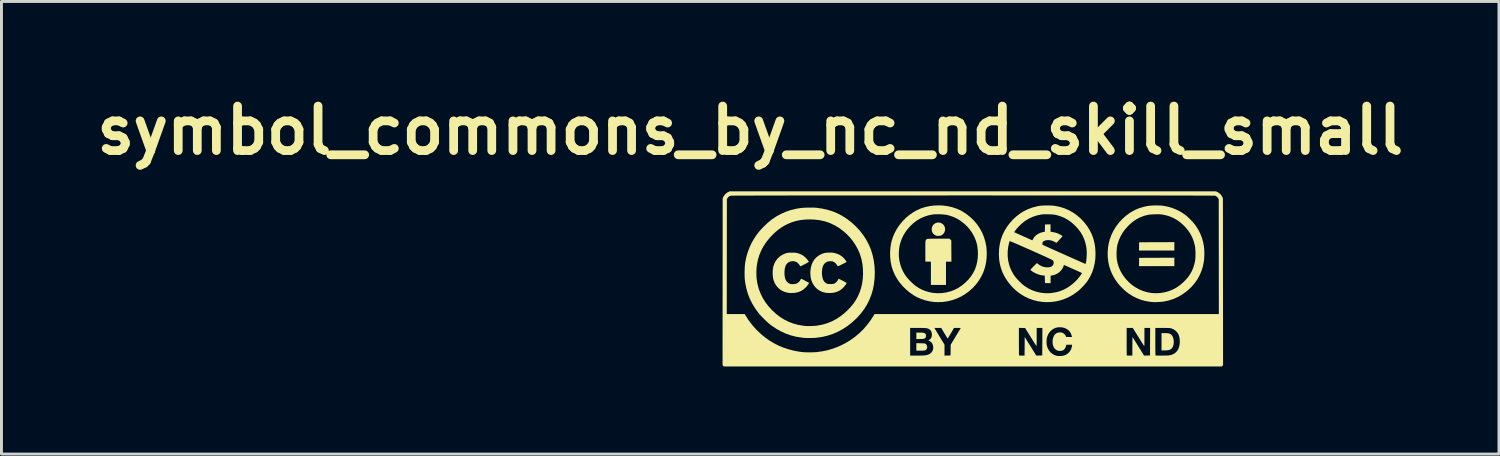
<source format=kicad_pcb>
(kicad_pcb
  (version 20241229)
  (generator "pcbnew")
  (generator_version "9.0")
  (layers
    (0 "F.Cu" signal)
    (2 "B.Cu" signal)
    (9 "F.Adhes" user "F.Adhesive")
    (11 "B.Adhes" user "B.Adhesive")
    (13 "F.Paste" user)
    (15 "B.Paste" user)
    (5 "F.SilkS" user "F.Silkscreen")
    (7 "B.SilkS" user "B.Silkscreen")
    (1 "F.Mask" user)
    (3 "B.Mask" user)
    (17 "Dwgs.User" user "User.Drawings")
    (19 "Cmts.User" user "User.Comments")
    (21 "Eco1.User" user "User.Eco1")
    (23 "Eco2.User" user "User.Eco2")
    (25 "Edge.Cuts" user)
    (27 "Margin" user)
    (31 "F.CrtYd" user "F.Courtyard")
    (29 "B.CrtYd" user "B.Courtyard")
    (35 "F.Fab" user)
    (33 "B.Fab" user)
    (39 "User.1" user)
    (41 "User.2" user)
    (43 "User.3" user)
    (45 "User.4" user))
  (footprint "symbol_commons_by_nc_nd_skill_small"
    (layer "F.Cu")
    (at 30.27 6.498)
    (property "Reference" "symbol_commons_by_nc_nd_skill_small" (at -7.62 -5.08 0) (layer "F.SilkS") (effects (font (size 1.524 1.524) (thickness 0.3))))
    (attr board_only exclude_from_pos_files exclude_from_bom)
    (fp_poly (pts (xy 6.909 -0.965) (xy 5.698 -0.965) (xy 5.7 -1.107) (xy 5.702 -1.249) (xy 6.909 -1.253)) (stroke (width 0) (type solid)) (fill yes) (layer "F.SilkS"))
    (fp_poly (pts (xy 6.909 -0.432) (xy 5.698 -0.432) (xy 5.7 -0.574) (xy 5.702 -0.715) (xy 6.909 -0.72)) (stroke (width 0) (type solid)) (fill yes) (layer "F.SilkS"))
    (fp_poly (pts (xy -1.81 1.846) (xy -1.759 1.846) (xy -1.721 1.848) (xy -1.694 1.851) (xy -1.673 1.855) (xy -1.656 1.861) (xy -1.654 1.862) (xy -1.626 1.878) (xy -1.609 1.899) (xy -1.602 1.927) (xy -1.6 1.956) (xy -1.603 1.99) (xy -1.612 2.017) (xy -1.63 2.037) (xy -1.658 2.051) (xy -1.697 2.06) (xy -1.75 2.065) (xy -1.812 2.066) (xy -1.93 2.066) (xy -1.93 1.846)) (stroke (width 0) (type solid)) (fill yes) (layer "F.SilkS"))
    (fp_poly (pts (xy -1.783 2.211) (xy -1.729 2.212) (xy -1.689 2.214) (xy -1.66 2.216) (xy -1.64 2.219) (xy -1.626 2.223) (xy -1.616 2.229) (xy -1.611 2.232) (xy -1.582 2.262) (xy -1.564 2.299) (xy -1.558 2.339) (xy -1.563 2.379) (xy -1.579 2.414) (xy -1.607 2.441) (xy -1.616 2.446) (xy -1.631 2.453) (xy -1.646 2.458) (xy -1.667 2.461) (xy -1.694 2.463) (xy -1.732 2.464) (xy -1.783 2.464) (xy -1.79 2.464) (xy -1.93 2.464) (xy -1.93 2.208)) (stroke (width 0) (type solid)) (fill yes) (layer "F.SilkS"))
    (fp_poly (pts (xy 6.642 1.864) (xy 6.694 1.869) (xy 6.735 1.878) (xy 6.768 1.892) (xy 6.797 1.911) (xy 6.8 1.913) (xy 6.833 1.95) (xy 6.859 2) (xy 6.877 2.058) (xy 6.887 2.121) (xy 6.889 2.186) (xy 6.882 2.249) (xy 6.866 2.307) (xy 6.852 2.339) (xy 6.827 2.378) (xy 6.797 2.408) (xy 6.761 2.43) (xy 6.717 2.444) (xy 6.661 2.452) (xy 6.591 2.455) (xy 6.577 2.455) (xy 6.469 2.455) (xy 6.469 1.863) (xy 6.577 1.863)) (stroke (width 0) (type solid)) (fill yes) (layer "F.SilkS"))
    (fp_poly (pts (xy -1.117 -1.919) (xy -1.073 -1.902) (xy -1.02 -1.868) (xy -0.981 -1.824) (xy -0.956 -1.771) (xy -0.945 -1.709) (xy -0.945 -1.698) (xy -0.952 -1.635) (xy -0.974 -1.579) (xy -1.01 -1.531) (xy -1.058 -1.493) (xy -1.074 -1.485) (xy -1.107 -1.474) (xy -1.149 -1.468) (xy -1.194 -1.467) (xy -1.235 -1.471) (xy -1.255 -1.476) (xy -1.309 -1.505) (xy -1.353 -1.545) (xy -1.384 -1.595) (xy -1.401 -1.653) (xy -1.403 -1.714) (xy -1.391 -1.773) (xy -1.365 -1.825) (xy -1.328 -1.868) (xy -1.283 -1.899) (xy -1.231 -1.919) (xy -1.175 -1.926)) (stroke (width 0) (type solid)) (fill yes) (layer "F.SilkS"))
    (fp_poly (pts (xy -1.169 -1.372) (xy -0.796 -1.372) (xy -0.764 -1.343) (xy -0.732 -1.314) (xy -0.728 -0.584) (xy -0.914 -0.584) (xy -0.914 0.212) (xy -1.431 0.212) (xy -1.431 -0.584) (xy -1.621 -0.588) (xy -1.621 -0.94) (xy -1.621 -1.027) (xy -1.621 -1.099) (xy -1.621 -1.157) (xy -1.62 -1.203) (xy -1.619 -1.239) (xy -1.618 -1.266) (xy -1.616 -1.285) (xy -1.613 -1.3) (xy -1.61 -1.31) (xy -1.607 -1.318) (xy -1.606 -1.319) (xy -1.6 -1.331) (xy -1.593 -1.341) (xy -1.584 -1.349) (xy -1.572 -1.356) (xy -1.556 -1.361) (xy -1.533 -1.365) (xy -1.502 -1.368) (xy -1.463 -1.37) (xy -1.412 -1.371) (xy -1.35 -1.371) (xy -1.273 -1.372) (xy -1.182 -1.372)) (stroke (width 0) (type solid)) (fill yes) (layer "F.SilkS"))
    (fp_poly (pts (xy -6.138 -0.893) (xy -6.096 -0.891) (xy -6.062 -0.889) (xy -6.034 -0.884) (xy -6.006 -0.878) (xy -5.99 -0.874) (xy -5.896 -0.84) (xy -5.815 -0.797) (xy -5.744 -0.742) (xy -5.74 -0.738) (xy -5.711 -0.71) (xy -5.682 -0.677) (xy -5.655 -0.644) (xy -5.633 -0.615) (xy -5.618 -0.591) (xy -5.613 -0.576) (xy -5.62 -0.571) (xy -5.64 -0.559) (xy -5.669 -0.543) (xy -5.704 -0.523) (xy -5.743 -0.503) (xy -5.784 -0.482) (xy -5.823 -0.462) (xy -5.857 -0.445) (xy -5.884 -0.433) (xy -5.901 -0.426) (xy -5.905 -0.425) (xy -5.91 -0.433) (xy -5.921 -0.451) (xy -5.935 -0.472) (xy -5.978 -0.527) (xy -6.029 -0.567) (xy -6.088 -0.592) (xy -6.152 -0.602) (xy -6.222 -0.596) (xy -6.257 -0.588) (xy -6.303 -0.566) (xy -6.347 -0.531) (xy -6.385 -0.486) (xy -6.412 -0.436) (xy -6.416 -0.423) (xy -6.436 -0.347) (xy -6.446 -0.263) (xy -6.448 -0.174) (xy -6.441 -0.089) (xy -6.425 -0.011) (xy -6.423 -0.004) (xy -6.397 0.056) (xy -6.36 0.107) (xy -6.314 0.147) (xy -6.261 0.174) (xy -6.249 0.178) (xy -6.205 0.185) (xy -6.154 0.186) (xy -6.101 0.182) (xy -6.054 0.173) (xy -6.041 0.169) (xy -5.996 0.145) (xy -5.953 0.11) (xy -5.917 0.068) (xy -5.898 0.035) (xy -5.886 0.014) (xy -5.875 0.003) (xy -5.872 0.002) (xy -5.86 0.007) (xy -5.836 0.018) (xy -5.805 0.034) (xy -5.769 0.053) (xy -5.73 0.074) (xy -5.692 0.094) (xy -5.658 0.113) (xy -5.63 0.129) (xy -5.611 0.14) (xy -5.605 0.145) (xy -5.61 0.158) (xy -5.624 0.181) (xy -5.645 0.209) (xy -5.669 0.241) (xy -5.695 0.273) (xy -5.721 0.301) (xy -5.733 0.313) (xy -5.809 0.378) (xy -5.893 0.427) (xy -5.984 0.462) (xy -6.084 0.483) (xy -6.193 0.49) (xy -6.198 0.49) (xy -6.242 0.489) (xy -6.288 0.485) (xy -6.328 0.48) (xy -6.337 0.479) (xy -6.437 0.453) (xy -6.527 0.414) (xy -6.608 0.361) (xy -6.663 0.313) (xy -6.727 0.239) (xy -6.779 0.154) (xy -6.817 0.06) (xy -6.833 0.002) (xy -6.845 -0.067) (xy -6.851 -0.146) (xy -6.851 -0.228) (xy -6.847 -0.308) (xy -6.837 -0.381) (xy -6.827 -0.426) (xy -6.792 -0.525) (xy -6.743 -0.614) (xy -6.681 -0.694) (xy -6.607 -0.762) (xy -6.521 -0.819) (xy -6.425 -0.862) (xy -6.392 -0.873) (xy -6.366 -0.881) (xy -6.34 -0.887) (xy -6.313 -0.89) (xy -6.279 -0.892) (xy -6.236 -0.893) (xy -6.193 -0.893)) (stroke (width 0) (type solid)) (fill yes) (layer "F.SilkS"))
    (fp_poly (pts (xy -4.834 -0.895) (xy -4.795 -0.892) (xy -4.755 -0.885) (xy -4.741 -0.882) (xy -4.642 -0.855) (xy -4.553 -0.814) (xy -4.474 -0.762) (xy -4.407 -0.698) (xy -4.388 -0.675) (xy -4.359 -0.636) (xy -4.336 -0.605) (xy -4.323 -0.583) (xy -4.319 -0.572) (xy -4.319 -0.572) (xy -4.328 -0.567) (xy -4.348 -0.557) (xy -4.38 -0.541) (xy -4.419 -0.521) (xy -4.464 -0.498) (xy -4.47 -0.495) (xy -4.521 -0.47) (xy -4.56 -0.451) (xy -4.587 -0.439) (xy -4.605 -0.432) (xy -4.617 -0.43) (xy -4.623 -0.432) (xy -4.627 -0.436) (xy -4.667 -0.496) (xy -4.707 -0.541) (xy -4.75 -0.573) (xy -4.796 -0.593) (xy -4.799 -0.593) (xy -4.839 -0.599) (xy -4.887 -0.6) (xy -4.937 -0.594) (xy -4.981 -0.584) (xy -4.996 -0.578) (xy -5.044 -0.548) (xy -5.087 -0.506) (xy -5.117 -0.459) (xy -5.14 -0.401) (xy -5.155 -0.331) (xy -5.163 -0.255) (xy -5.164 -0.177) (xy -5.157 -0.1) (xy -5.144 -0.028) (xy -5.123 0.033) (xy -5.118 0.045) (xy -5.089 0.092) (xy -5.056 0.128) (xy -5.012 0.157) (xy -5.008 0.16) (xy -4.988 0.169) (xy -4.97 0.176) (xy -4.948 0.18) (xy -4.92 0.181) (xy -4.88 0.182) (xy -4.868 0.182) (xy -4.826 0.182) (xy -4.795 0.18) (xy -4.773 0.177) (xy -4.755 0.172) (xy -4.736 0.163) (xy -4.726 0.157) (xy -4.675 0.12) (xy -4.632 0.071) (xy -4.61 0.034) (xy -4.6 0.014) (xy -4.593 0.002) (xy -4.593 0.001) (xy -4.584 0.003) (xy -4.564 0.012) (xy -4.535 0.027) (xy -4.499 0.045) (xy -4.461 0.065) (xy -4.422 0.086) (xy -4.385 0.107) (xy -4.354 0.125) (xy -4.331 0.139) (xy -4.319 0.147) (xy -4.318 0.149) (xy -4.323 0.163) (xy -4.338 0.187) (xy -4.359 0.217) (xy -4.385 0.25) (xy -4.413 0.282) (xy -4.44 0.311) (xy -4.456 0.327) (xy -4.523 0.381) (xy -4.591 0.423) (xy -4.666 0.454) (xy -4.751 0.476) (xy -4.765 0.479) (xy -4.828 0.487) (xy -4.899 0.49) (xy -4.971 0.487) (xy -5.037 0.48) (xy -5.043 0.479) (xy -5.137 0.456) (xy -5.22 0.422) (xy -5.295 0.376) (xy -5.366 0.316) (xy -5.372 0.309) (xy -5.437 0.233) (xy -5.488 0.146) (xy -5.527 0.05) (xy -5.551 -0.054) (xy -5.561 -0.167) (xy -5.56 -0.257) (xy -5.545 -0.371) (xy -5.518 -0.476) (xy -5.478 -0.571) (xy -5.425 -0.655) (xy -5.359 -0.728) (xy -5.282 -0.789) (xy -5.211 -0.83) (xy -5.158 -0.854) (xy -5.108 -0.872) (xy -5.057 -0.884) (xy -4.999 -0.891) (xy -4.932 -0.895) (xy -4.877 -0.896)) (stroke (width 0) (type solid)) (fill yes) (layer "F.SilkS"))
    (fp_poly (pts (xy -1.001 -2.505) (xy -0.845 -2.483) (xy -0.694 -2.448) (xy -0.548 -2.399) (xy -0.409 -2.337) (xy -0.333 -2.294) (xy -0.192 -2.2) (xy -0.063 -2.095) (xy 0.054 -1.979) (xy 0.158 -1.854) (xy 0.249 -1.719) (xy 0.325 -1.577) (xy 0.387 -1.427) (xy 0.434 -1.271) (xy 0.466 -1.109) (xy 0.474 -1.043) (xy 0.483 -0.87) (xy 0.477 -0.701) (xy 0.456 -0.537) (xy 0.419 -0.379) (xy 0.367 -0.226) (xy 0.299 -0.081) (xy 0.217 0.057) (xy 0.121 0.186) (xy 0.117 0.191) (xy 0.002 0.316) (xy -0.123 0.429) (xy -0.257 0.527) (xy -0.399 0.611) (xy -0.547 0.68) (xy -0.701 0.734) (xy -0.86 0.773) (xy -1.024 0.796) (xy -1.19 0.802) (xy -1.329 0.796) (xy -1.478 0.775) (xy -1.626 0.74) (xy -1.769 0.692) (xy -1.905 0.633) (xy -2.014 0.572) (xy -2.151 0.478) (xy -2.278 0.373) (xy -2.394 0.258) (xy -2.498 0.135) (xy -2.589 0.004) (xy -2.667 -0.133) (xy -2.729 -0.275) (xy -2.776 -0.421) (xy -2.78 -0.436) (xy -2.81 -0.585) (xy -2.826 -0.741) (xy -2.829 -0.9) (xy -2.828 -0.912) (xy -2.53 -0.912) (xy -2.529 -0.769) (xy -2.512 -0.626) (xy -2.479 -0.486) (xy -2.432 -0.35) (xy -2.39 -0.261) (xy -2.349 -0.184) (xy -2.304 -0.114) (xy -2.253 -0.047) (xy -2.194 0.022) (xy -2.125 0.094) (xy -2.032 0.182) (xy -1.939 0.256) (xy -1.845 0.318) (xy -1.745 0.371) (xy -1.636 0.416) (xy -1.634 0.417) (xy -1.504 0.457) (xy -1.366 0.484) (xy -1.225 0.496) (xy -1.083 0.494) (xy -1.046 0.491) (xy -0.897 0.469) (xy -0.755 0.432) (xy -0.621 0.381) (xy -0.492 0.313) (xy -0.369 0.23) (xy -0.271 0.151) (xy -0.161 0.044) (xy -0.066 -0.069) (xy 0.012 -0.188) (xy 0.076 -0.314) (xy 0.124 -0.447) (xy 0.157 -0.587) (xy 0.175 -0.736) (xy 0.179 -0.847) (xy 0.175 -0.977) (xy 0.162 -1.096) (xy 0.139 -1.208) (xy 0.106 -1.315) (xy 0.061 -1.422) (xy 0.051 -1.444) (xy -0.02 -1.574) (xy -0.103 -1.692) (xy -0.199 -1.801) (xy -0.273 -1.871) (xy -0.392 -1.967) (xy -0.516 -2.047) (xy -0.645 -2.111) (xy -0.781 -2.159) (xy -0.881 -2.185) (xy -0.935 -2.194) (xy -1.001 -2.201) (xy -1.074 -2.206) (xy -1.151 -2.209) (xy -1.226 -2.209) (xy -1.295 -2.207) (xy -1.353 -2.203) (xy -1.36 -2.202) (xy -1.504 -2.174) (xy -1.644 -2.131) (xy -1.777 -2.072) (xy -1.904 -1.999) (xy -2.022 -1.911) (xy -2.133 -1.809) (xy -2.235 -1.694) (xy -2.31 -1.59) (xy -2.384 -1.465) (xy -2.443 -1.333) (xy -2.488 -1.196) (xy -2.516 -1.055) (xy -2.53 -0.912) (xy -2.828 -0.912) (xy -2.819 -1.058) (xy -2.795 -1.21) (xy -2.781 -1.273) (xy -2.735 -1.423) (xy -2.673 -1.568) (xy -2.597 -1.708) (xy -2.507 -1.841) (xy -2.405 -1.966) (xy -2.292 -2.081) (xy -2.168 -2.185) (xy -2.036 -2.277) (xy -1.909 -2.348) (xy -1.77 -2.409) (xy -1.623 -2.456) (xy -1.471 -2.489) (xy -1.315 -2.508) (xy -1.158 -2.513)) (stroke (width 0) (type solid)) (fill yes) (layer "F.SilkS"))
    (fp_poly (pts (xy 6.363 -2.51) (xy 6.439 -2.507) (xy 6.505 -2.502) (xy 6.528 -2.499) (xy 6.691 -2.467) (xy 6.848 -2.42) (xy 7 -2.358) (xy 7.143 -2.281) (xy 7.278 -2.19) (xy 7.327 -2.151) (xy 7.372 -2.112) (xy 7.422 -2.064) (xy 7.475 -2.01) (xy 7.528 -1.954) (xy 7.576 -1.899) (xy 7.617 -1.85) (xy 7.637 -1.822) (xy 7.724 -1.687) (xy 7.796 -1.547) (xy 7.853 -1.401) (xy 7.896 -1.248) (xy 7.921 -1.113) (xy 7.928 -1.051) (xy 7.933 -0.977) (xy 7.936 -0.896) (xy 7.936 -0.812) (xy 7.933 -0.731) (xy 7.928 -0.657) (xy 7.921 -0.597) (xy 7.888 -0.431) (xy 7.84 -0.274) (xy 7.778 -0.126) (xy 7.701 0.015) (xy 7.609 0.147) (xy 7.503 0.271) (xy 7.381 0.387) (xy 7.298 0.455) (xy 7.161 0.551) (xy 7.017 0.632) (xy 6.867 0.697) (xy 6.711 0.747) (xy 6.551 0.781) (xy 6.537 0.783) (xy 6.497 0.788) (xy 6.448 0.792) (xy 6.392 0.796) (xy 6.334 0.799) (xy 6.278 0.801) (xy 6.228 0.802) (xy 6.187 0.801) (xy 6.164 0.799) (xy 6.142 0.797) (xy 6.109 0.793) (xy 6.071 0.789) (xy 6.055 0.787) (xy 5.905 0.761) (xy 5.757 0.719) (xy 5.612 0.661) (xy 5.471 0.589) (xy 5.337 0.503) (xy 5.266 0.449) (xy 5.224 0.414) (xy 5.175 0.369) (xy 5.123 0.318) (xy 5.071 0.266) (xy 5.025 0.216) (xy 4.986 0.171) (xy 4.977 0.159) (xy 4.879 0.023) (xy 4.797 -0.121) (xy 4.73 -0.27) (xy 4.679 -0.424) (xy 4.645 -0.583) (xy 4.626 -0.745) (xy 4.625 -0.836) (xy 4.929 -0.836) (xy 4.93 -0.756) (xy 4.936 -0.685) (xy 4.94 -0.654) (xy 4.968 -0.514) (xy 5.011 -0.38) (xy 5.07 -0.251) (xy 5.144 -0.126) (xy 5.235 -0.005) (xy 5.245 0.008) (xy 5.349 0.118) (xy 5.462 0.216) (xy 5.583 0.299) (xy 5.711 0.369) (xy 5.846 0.424) (xy 5.985 0.464) (xy 6.129 0.489) (xy 6.275 0.497) (xy 6.41 0.491) (xy 6.56 0.468) (xy 6.701 0.431) (xy 6.835 0.38) (xy 6.963 0.314) (xy 7.085 0.232) (xy 7.202 0.134) (xy 7.259 0.079) (xy 7.356 -0.027) (xy 7.437 -0.137) (xy 7.503 -0.253) (xy 7.557 -0.378) (xy 7.597 -0.511) (xy 7.617 -0.603) (xy 7.625 -0.662) (xy 7.631 -0.732) (xy 7.633 -0.811) (xy 7.633 -0.892) (xy 7.63 -0.972) (xy 7.624 -1.045) (xy 7.616 -1.109) (xy 7.613 -1.125) (xy 7.577 -1.268) (xy 7.528 -1.401) (xy 7.464 -1.527) (xy 7.387 -1.646) (xy 7.293 -1.759) (xy 7.217 -1.837) (xy 7.105 -1.935) (xy 6.991 -2.017) (xy 6.872 -2.083) (xy 6.746 -2.136) (xy 6.612 -2.175) (xy 6.519 -2.194) (xy 6.478 -2.2) (xy 6.443 -2.205) (xy 6.407 -2.208) (xy 6.368 -2.209) (xy 6.322 -2.209) (xy 6.263 -2.208) (xy 6.244 -2.207) (xy 6.158 -2.204) (xy 6.084 -2.198) (xy 6.018 -2.19) (xy 5.957 -2.177) (xy 5.896 -2.161) (xy 5.836 -2.141) (xy 5.715 -2.092) (xy 5.602 -2.031) (xy 5.494 -1.958) (xy 5.389 -1.87) (xy 5.323 -1.806) (xy 5.221 -1.691) (xy 5.133 -1.569) (xy 5.06 -1.44) (xy 5.002 -1.306) (xy 4.959 -1.167) (xy 4.952 -1.136) (xy 4.942 -1.074) (xy 4.935 -1) (xy 4.93 -0.919) (xy 4.929 -0.836) (xy 4.625 -0.836) (xy 4.624 -0.911) (xy 4.638 -1.079) (xy 4.658 -1.198) (xy 4.697 -1.35) (xy 4.752 -1.499) (xy 4.821 -1.642) (xy 4.905 -1.78) (xy 5.002 -1.91) (xy 5.112 -2.031) (xy 5.232 -2.142) (xy 5.363 -2.241) (xy 5.427 -2.283) (xy 5.559 -2.356) (xy 5.702 -2.416) (xy 5.855 -2.462) (xy 5.986 -2.491) (xy 6.046 -2.499) (xy 6.118 -2.505) (xy 6.197 -2.509) (xy 6.281 -2.511)) (stroke (width 0) (type solid)) (fill yes) (layer "F.SilkS"))
    (fp_poly (pts (xy -5.496 -2.437) (xy -5.427 -2.435) (xy -5.369 -2.431) (xy -5.362 -2.431) (xy -5.167 -2.404) (xy -4.98 -2.364) (xy -4.8 -2.308) (xy -4.628 -2.237) (xy -4.463 -2.15) (xy -4.305 -2.048) (xy -4.153 -1.931) (xy -4.008 -1.798) (xy -4.001 -1.791) (xy -3.867 -1.646) (xy -3.749 -1.495) (xy -3.646 -1.337) (xy -3.559 -1.172) (xy -3.487 -1.001) (xy -3.431 -0.822) (xy -3.39 -0.637) (xy -3.364 -0.444) (xy -3.353 -0.244) (xy -3.353 -0.203) (xy -3.36 -0.002) (xy -3.383 0.192) (xy -3.42 0.378) (xy -3.473 0.557) (xy -3.541 0.728) (xy -3.623 0.891) (xy -3.722 1.048) (xy -3.835 1.197) (xy -3.964 1.34) (xy -3.987 1.363) (xy -4.137 1.501) (xy -4.292 1.623) (xy -4.454 1.728) (xy -4.622 1.819) (xy -4.796 1.893) (xy -4.976 1.952) (xy -5.163 1.995) (xy -5.355 2.022) (xy -5.368 2.023) (xy -5.407 2.026) (xy -5.456 2.028) (xy -5.513 2.029) (xy -5.572 2.03) (xy -5.63 2.031) (xy -5.684 2.03) (xy -5.73 2.029) (xy -5.763 2.027) (xy -5.77 2.027) (xy -5.79 2.024) (xy -5.821 2.021) (xy -5.858 2.016) (xy -5.876 2.014) (xy -6.052 1.986) (xy -6.226 1.941) (xy -6.398 1.881) (xy -6.565 1.805) (xy -6.727 1.715) (xy -6.882 1.611) (xy -6.96 1.551) (xy -7.009 1.509) (xy -7.066 1.457) (xy -7.126 1.399) (xy -7.187 1.338) (xy -7.245 1.278) (xy -7.296 1.222) (xy -7.334 1.177) (xy -7.449 1.02) (xy -7.549 0.857) (xy -7.633 0.688) (xy -7.702 0.512) (xy -7.754 0.33) (xy -7.791 0.143) (xy -7.807 0.014) (xy -7.811 -0.048) (xy -7.813 -0.123) (xy -7.813 -0.17) (xy -7.409 -0.17) (xy -7.407 -0.092) (xy -7.403 -0.022) (xy -7.399 0.017) (xy -7.37 0.189) (xy -7.325 0.355) (xy -7.264 0.514) (xy -7.187 0.667) (xy -7.095 0.813) (xy -6.987 0.953) (xy -6.864 1.086) (xy -6.862 1.089) (xy -6.728 1.21) (xy -6.589 1.316) (xy -6.445 1.405) (xy -6.294 1.479) (xy -6.136 1.538) (xy -5.972 1.582) (xy -5.799 1.611) (xy -5.746 1.617) (xy -5.689 1.621) (xy -5.621 1.622) (xy -5.546 1.621) (xy -5.47 1.618) (xy -5.397 1.613) (xy -5.332 1.607) (xy -5.311 1.604) (xy -5.144 1.572) (xy -4.984 1.525) (xy -4.829 1.463) (xy -4.681 1.386) (xy -4.538 1.293) (xy -4.399 1.184) (xy -4.295 1.089) (xy -4.181 0.97) (xy -4.082 0.849) (xy -3.998 0.725) (xy -3.927 0.594) (xy -3.868 0.456) (xy -3.825 0.326) (xy -3.789 0.172) (xy -3.766 0.01) (xy -3.755 -0.157) (xy -3.759 -0.325) (xy -3.775 -0.49) (xy -3.805 -0.651) (xy -3.815 -0.693) (xy -3.864 -0.848) (xy -3.928 -0.999) (xy -4.007 -1.143) (xy -4.099 -1.281) (xy -4.203 -1.411) (xy -4.319 -1.532) (xy -4.445 -1.642) (xy -4.579 -1.741) (xy -4.722 -1.827) (xy -4.872 -1.899) (xy -4.938 -1.925) (xy -5.089 -1.973) (xy -5.25 -2.007) (xy -5.419 -2.026) (xy -5.58 -2.032) (xy -5.746 -2.026) (xy -5.902 -2.008) (xy -6.051 -1.978) (xy -6.194 -1.934) (xy -6.334 -1.877) (xy -6.346 -1.871) (xy -6.461 -1.812) (xy -6.57 -1.745) (xy -6.674 -1.668) (xy -6.779 -1.578) (xy -6.836 -1.525) (xy -6.962 -1.391) (xy -7.072 -1.254) (xy -7.166 -1.112) (xy -7.244 -0.965) (xy -7.308 -0.812) (xy -7.356 -0.652) (xy -7.39 -0.486) (xy -7.392 -0.47) (xy -7.399 -0.407) (xy -7.405 -0.332) (xy -7.408 -0.252) (xy -7.409 -0.17) (xy -7.813 -0.17) (xy -7.813 -0.204) (xy -7.812 -0.288) (xy -7.809 -0.371) (xy -7.804 -0.447) (xy -7.797 -0.514) (xy -7.794 -0.542) (xy -7.76 -0.719) (xy -7.711 -0.894) (xy -7.648 -1.063) (xy -7.573 -1.225) (xy -7.51 -1.337) (xy -7.451 -1.431) (xy -7.392 -1.516) (xy -7.33 -1.596) (xy -7.261 -1.677) (xy -7.181 -1.763) (xy -7.167 -1.777) (xy -7.026 -1.911) (xy -6.88 -2.03) (xy -6.727 -2.133) (xy -6.568 -2.221) (xy -6.402 -2.294) (xy -6.227 -2.353) (xy -6.043 -2.397) (xy -5.923 -2.418) (xy -5.871 -2.424) (xy -5.805 -2.429) (xy -5.731 -2.433) (xy -5.652 -2.436) (xy -5.573 -2.437)) (stroke (width 0) (type solid)) (fill yes) (layer "F.SilkS"))
    (fp_poly (pts (xy 2.634 -2.509) (xy 2.709 -2.506) (xy 2.776 -2.501) (xy 2.825 -2.495) (xy 2.989 -2.461) (xy 3.147 -2.411) (xy 3.296 -2.346) (xy 3.438 -2.267) (xy 3.572 -2.172) (xy 3.698 -2.063) (xy 3.816 -1.939) (xy 3.834 -1.918) (xy 3.933 -1.787) (xy 4.017 -1.651) (xy 4.085 -1.509) (xy 4.138 -1.361) (xy 4.176 -1.206) (xy 4.199 -1.042) (xy 4.208 -0.871) (xy 4.208 -0.855) (xy 4.201 -0.682) (xy 4.178 -0.517) (xy 4.141 -0.36) (xy 4.089 -0.21) (xy 4.021 -0.067) (xy 3.939 0.069) (xy 3.922 0.093) (xy 3.884 0.142) (xy 3.837 0.198) (xy 3.784 0.256) (xy 3.727 0.315) (xy 3.671 0.369) (xy 3.62 0.415) (xy 3.603 0.429) (xy 3.465 0.53) (xy 3.321 0.615) (xy 3.17 0.684) (xy 3.015 0.738) (xy 2.854 0.776) (xy 2.69 0.797) (xy 2.523 0.802) (xy 2.392 0.795) (xy 2.23 0.771) (xy 2.072 0.731) (xy 1.919 0.676) (xy 1.773 0.605) (xy 1.633 0.52) (xy 1.502 0.421) (xy 1.379 0.307) (xy 1.286 0.204) (xy 1.182 0.069) (xy 1.095 -0.069) (xy 1.024 -0.211) (xy 0.97 -0.359) (xy 0.93 -0.512) (xy 0.906 -0.672) (xy 0.898 -0.839) (xy 0.897 -0.855) (xy 0.901 -0.925) (xy 1.199 -0.925) (xy 1.199 -0.772) (xy 1.216 -0.623) (xy 1.25 -0.477) (xy 1.266 -0.427) (xy 1.291 -0.36) (xy 1.325 -0.285) (xy 1.365 -0.21) (xy 1.407 -0.138) (xy 1.437 -0.093) (xy 1.477 -0.042) (xy 1.526 0.015) (xy 1.583 0.075) (xy 1.642 0.133) (xy 1.702 0.188) (xy 1.757 0.234) (xy 1.787 0.256) (xy 1.911 0.334) (xy 2.043 0.397) (xy 2.181 0.445) (xy 2.324 0.478) (xy 2.471 0.495) (xy 2.618 0.496) (xy 2.685 0.491) (xy 2.833 0.468) (xy 2.972 0.432) (xy 3.105 0.381) (xy 3.232 0.315) (xy 3.353 0.234) (xy 3.471 0.137) (xy 3.562 0.048) (xy 3.589 0.019) (xy 3.618 -0.016) (xy 3.648 -0.054) (xy 3.677 -0.092) (xy 3.703 -0.128) (xy 3.724 -0.158) (xy 3.738 -0.181) (xy 3.742 -0.193) (xy 3.735 -0.198) (xy 3.714 -0.209) (xy 3.681 -0.224) (xy 3.639 -0.244) (xy 3.589 -0.267) (xy 3.533 -0.292) (xy 3.524 -0.296) (xy 3.462 -0.323) (xy 3.399 -0.351) (xy 3.34 -0.377) (xy 3.287 -0.401) (xy 3.244 -0.42) (xy 3.216 -0.433) (xy 3.126 -0.473) (xy 3.112 -0.429) (xy 3.079 -0.355) (xy 3.032 -0.288) (xy 2.974 -0.229) (xy 2.905 -0.179) (xy 2.828 -0.142) (xy 2.745 -0.117) (xy 2.716 -0.112) (xy 2.671 -0.106) (xy 2.669 0.024) (xy 2.667 0.153) (xy 2.477 0.148) (xy 2.468 -0.106) (xy 2.404 -0.112) (xy 2.333 -0.123) (xy 2.256 -0.146) (xy 2.178 -0.176) (xy 2.104 -0.212) (xy 2.04 -0.252) (xy 2.011 -0.274) (xy 1.978 -0.302) (xy 1.996 -0.327) (xy 2.008 -0.341) (xy 2.03 -0.365) (xy 2.059 -0.395) (xy 2.091 -0.428) (xy 2.107 -0.444) (xy 2.2 -0.536) (xy 2.249 -0.498) (xy 2.323 -0.449) (xy 2.397 -0.415) (xy 2.475 -0.396) (xy 2.561 -0.39) (xy 2.562 -0.39) (xy 2.624 -0.393) (xy 2.673 -0.405) (xy 2.712 -0.425) (xy 2.738 -0.449) (xy 2.763 -0.487) (xy 2.775 -0.53) (xy 2.774 -0.574) (xy 2.76 -0.613) (xy 2.749 -0.628) (xy 2.741 -0.634) (xy 2.724 -0.644) (xy 2.696 -0.659) (xy 2.658 -0.677) (xy 2.608 -0.701) (xy 2.547 -0.729) (xy 2.474 -0.763) (xy 2.387 -0.802) (xy 2.287 -0.847) (xy 2.173 -0.898) (xy 2.043 -0.956) (xy 2.003 -0.974) (xy 1.899 -1.02) (xy 1.798 -1.064) (xy 1.703 -1.106) (xy 1.615 -1.145) (xy 1.534 -1.18) (xy 1.462 -1.211) (xy 1.4 -1.237) (xy 1.349 -1.259) (xy 1.309 -1.275) (xy 1.283 -1.286) (xy 1.27 -1.29) (xy 1.269 -1.29) (xy 1.263 -1.276) (xy 1.254 -1.25) (xy 1.244 -1.214) (xy 1.234 -1.173) (xy 1.224 -1.129) (xy 1.216 -1.086) (xy 1.215 -1.08) (xy 1.199 -0.925) (xy 0.901 -0.925) (xy 0.905 -1.026) (xy 0.929 -1.19) (xy 0.968 -1.348) (xy 1.023 -1.5) (xy 1.071 -1.598) (xy 1.427 -1.598) (xy 1.428 -1.592) (xy 1.437 -1.587) (xy 1.46 -1.577) (xy 1.495 -1.56) (xy 1.54 -1.54) (xy 1.594 -1.516) (xy 1.654 -1.489) (xy 1.72 -1.46) (xy 1.727 -1.456) (xy 1.793 -1.427) (xy 1.855 -1.4) (xy 1.91 -1.375) (xy 1.958 -1.354) (xy 1.995 -1.337) (xy 2.021 -1.326) (xy 2.033 -1.32) (xy 2.033 -1.32) (xy 2.042 -1.319) (xy 2.052 -1.328) (xy 2.064 -1.348) (xy 2.073 -1.366) (xy 2.115 -1.432) (xy 2.171 -1.489) (xy 2.24 -1.536) (xy 2.32 -1.573) (xy 2.412 -1.599) (xy 2.44 -1.604) (xy 2.472 -1.609) (xy 2.477 -1.858) (xy 2.667 -1.863) (xy 2.667 -1.61) (xy 2.707 -1.605) (xy 2.783 -1.591) (xy 2.859 -1.572) (xy 2.921 -1.55) (xy 2.953 -1.535) (xy 2.988 -1.517) (xy 3.022 -1.498) (xy 3.05 -1.48) (xy 3.07 -1.465) (xy 3.076 -1.459) (xy 3.072 -1.451) (xy 3.058 -1.432) (xy 3.035 -1.406) (xy 3.007 -1.374) (xy 2.975 -1.34) (xy 2.869 -1.228) (xy 2.817 -1.257) (xy 2.759 -1.286) (xy 2.706 -1.306) (xy 2.652 -1.318) (xy 2.633 -1.32) (xy 2.575 -1.323) (xy 2.521 -1.318) (xy 2.472 -1.306) (xy 2.433 -1.287) (xy 2.406 -1.262) (xy 2.4 -1.253) (xy 2.391 -1.227) (xy 2.388 -1.198) (xy 2.391 -1.174) (xy 2.398 -1.162) (xy 2.407 -1.157) (xy 2.431 -1.146) (xy 2.468 -1.129) (xy 2.516 -1.107) (xy 2.575 -1.08) (xy 2.644 -1.049) (xy 2.722 -1.014) (xy 2.806 -0.976) (xy 2.897 -0.936) (xy 2.992 -0.893) (xy 3.031 -0.876) (xy 3.162 -0.818) (xy 3.278 -0.766) (xy 3.38 -0.72) (xy 3.47 -0.68) (xy 3.548 -0.646) (xy 3.614 -0.616) (xy 3.67 -0.591) (xy 3.717 -0.57) (xy 3.756 -0.553) (xy 3.786 -0.54) (xy 3.81 -0.529) (xy 3.828 -0.521) (xy 3.842 -0.516) (xy 3.85 -0.512) (xy 3.856 -0.51) (xy 3.859 -0.509) (xy 3.861 -0.508) (xy 3.862 -0.508) (xy 3.862 -0.508) (xy 3.869 -0.515) (xy 3.873 -0.523) (xy 3.885 -0.573) (xy 3.894 -0.636) (xy 3.901 -0.708) (xy 3.905 -0.786) (xy 3.907 -0.866) (xy 3.906 -0.944) (xy 3.901 -1.017) (xy 3.894 -1.08) (xy 3.892 -1.092) (xy 3.861 -1.231) (xy 3.819 -1.359) (xy 3.764 -1.479) (xy 3.697 -1.592) (xy 3.615 -1.701) (xy 3.517 -1.809) (xy 3.505 -1.82) (xy 3.394 -1.922) (xy 3.277 -2.007) (xy 3.155 -2.077) (xy 3.025 -2.133) (xy 2.887 -2.176) (xy 2.843 -2.186) (xy 2.803 -2.193) (xy 2.758 -2.199) (xy 2.705 -2.203) (xy 2.639 -2.206) (xy 2.595 -2.207) (xy 2.532 -2.209) (xy 2.482 -2.209) (xy 2.441 -2.208) (xy 2.405 -2.206) (xy 2.37 -2.202) (xy 2.332 -2.196) (xy 2.323 -2.194) (xy 2.179 -2.162) (xy 2.043 -2.115) (xy 1.915 -2.054) (xy 1.793 -1.978) (xy 1.678 -1.886) (xy 1.617 -1.829) (xy 1.579 -1.79) (xy 1.542 -1.75) (xy 1.507 -1.71) (xy 1.477 -1.673) (xy 1.453 -1.64) (xy 1.435 -1.615) (xy 1.427 -1.598) (xy 1.071 -1.598) (xy 1.094 -1.646) (xy 1.181 -1.786) (xy 1.252 -1.882) (xy 1.366 -2.013) (xy 1.487 -2.128) (xy 1.615 -2.228) (xy 1.751 -2.313) (xy 1.896 -2.383) (xy 2.05 -2.44) (xy 2.212 -2.482) (xy 2.282 -2.495) (xy 2.335 -2.502) (xy 2.401 -2.506) (xy 2.476 -2.509) (xy 2.555 -2.51)) (stroke (width 0) (type solid)) (fill yes) (layer "F.SilkS"))
    (fp_poly (pts (xy 8.392 -2.966) (xy 8.452 -2.927) (xy 8.504 -2.876) (xy 8.544 -2.816) (xy 8.55 -2.804) (xy 8.572 -2.756) (xy 8.577 2.961) (xy 8.532 3.006) (xy -8.524 3.006) (xy -8.546 2.983) (xy -8.568 2.961) (xy -8.567 1.211) (xy -8.424 1.211) (xy -7.808 1.211) (xy -7.763 1.285) (xy -7.688 1.404) (xy -7.608 1.515) (xy -7.52 1.623) (xy -7.421 1.731) (xy -7.375 1.779) (xy -7.245 1.901) (xy -7.113 2.01) (xy -6.975 2.109) (xy -6.825 2.2) (xy -6.808 2.21) (xy -6.657 2.287) (xy -6.494 2.355) (xy -6.323 2.413) (xy -6.147 2.46) (xy -5.97 2.495) (xy -5.834 2.513) (xy -5.785 2.517) (xy -5.724 2.52) (xy -5.655 2.521) (xy -5.582 2.522) (xy -5.51 2.521) (xy -5.443 2.519) (xy -5.384 2.517) (xy -5.355 2.514) (xy -5.151 2.487) (xy -4.951 2.444) (xy -4.755 2.384) (xy -4.565 2.309) (xy -4.381 2.219) (xy -4.205 2.114) (xy -4.037 1.995) (xy -3.884 1.868) (xy -3.748 1.735) (xy -3.704 1.685) (xy -2.142 1.685) (xy -2.142 2.633) (xy -1.914 2.633) (xy -1.849 2.633) (xy -1.787 2.632) (xy -1.729 2.63) (xy -1.679 2.628) (xy -1.641 2.626) (xy -1.62 2.624) (xy -1.546 2.608) (xy -1.485 2.583) (xy -1.434 2.546) (xy -1.415 2.527) (xy -1.382 2.483) (xy -1.362 2.437) (xy -1.352 2.383) (xy -1.351 2.345) (xy -1.359 2.284) (xy -1.38 2.229) (xy -1.413 2.181) (xy -1.455 2.145) (xy -1.484 2.129) (xy -1.517 2.116) (xy -1.484 2.092) (xy -1.444 2.058) (xy -1.418 2.022) (xy -1.403 1.98) (xy -1.398 1.928) (xy -1.399 1.897) (xy -1.407 1.837) (xy -1.427 1.789) (xy -1.457 1.752) (xy -1.487 1.73) (xy -1.509 1.718) (xy -1.531 1.709) (xy -1.555 1.701) (xy -1.584 1.695) (xy -1.619 1.691) (xy -1.662 1.688) (xy -1.716 1.686) (xy -1.782 1.685) (xy -1.862 1.685) (xy -1.882 1.685) (xy -2.142 1.685) (xy -1.312 1.685) (xy -1.139 1.973) (xy -0.965 2.26) (xy -0.965 2.634) (xy -0.861 2.631) (xy -0.758 2.629) (xy -0.755 2.445) (xy -0.753 2.26) (xy -0.583 1.979) (xy -0.545 1.916) (xy -0.51 1.858) (xy -0.479 1.806) (xy -0.452 1.762) (xy -0.431 1.727) (xy -0.417 1.703) (xy -0.41 1.692) (xy -0.409 1.691) (xy -0.416 1.689) (xy -0.436 1.687) (xy -0.468 1.686) (xy -0.508 1.685) (xy -0.522 1.685) (xy -0.639 1.685) (xy -0.745 1.867) (xy -0.774 1.917) (xy -0.801 1.961) (xy -0.824 1.999) (xy -0.841 2.027) (xy -0.853 2.044) (xy -0.856 2.049) (xy -0.862 2.042) (xy -0.875 2.022) (xy -0.894 1.992) (xy -0.918 1.953) (xy -0.946 1.907) (xy -0.97 1.867) (xy -1.077 1.685) (xy -1.312 1.685) (xy -2.142 1.685) (xy -3.704 1.685) (xy -3.704 1.684) (xy 1.583 1.684) (xy 1.583 2.153) (xy 1.583 2.241) (xy 1.584 2.323) (xy 1.584 2.399) (xy 1.585 2.466) (xy 1.585 2.524) (xy 1.586 2.571) (xy 1.587 2.604) (xy 1.588 2.623) (xy 1.589 2.627) (xy 1.599 2.63) (xy 1.623 2.632) (xy 1.656 2.633) (xy 1.686 2.633) (xy 1.778 2.633) (xy 1.78 2.314) (xy 1.782 1.994) (xy 1.981 2.314) (xy 2.18 2.634) (xy 2.383 2.629) (xy 2.385 2.19) (xy 2.53 2.19) (xy 2.535 2.251) (xy 2.544 2.302) (xy 2.544 2.303) (xy 2.573 2.384) (xy 2.614 2.457) (xy 2.667 2.521) (xy 2.729 2.574) (xy 2.799 2.614) (xy 2.875 2.639) (xy 2.883 2.641) (xy 2.928 2.646) (xy 2.982 2.648) (xy 3.039 2.645) (xy 3.093 2.638) (xy 3.137 2.629) (xy 3.145 2.626) (xy 3.216 2.592) (xy 3.278 2.545) (xy 3.329 2.488) (xy 3.368 2.423) (xy 3.394 2.351) (xy 3.401 2.305) (xy 3.406 2.261) (xy 3.209 2.261) (xy 3.204 2.284) (xy 3.185 2.345) (xy 3.156 2.397) (xy 3.12 2.436) (xy 3.087 2.456) (xy 3.042 2.469) (xy 2.99 2.473) (xy 2.937 2.468) (xy 2.89 2.455) (xy 2.881 2.45) (xy 2.832 2.417) (xy 2.792 2.371) (xy 2.763 2.314) (xy 2.744 2.248) (xy 2.736 2.175) (xy 2.737 2.153) (xy 5.275 2.153) (xy 5.275 2.241) (xy 5.275 2.323) (xy 5.276 2.399) (xy 5.276 2.467) (xy 5.277 2.524) (xy 5.278 2.571) (xy 5.279 2.604) (xy 5.28 2.623) (xy 5.28 2.627) (xy 5.291 2.63) (xy 5.314 2.632) (xy 5.347 2.633) (xy 5.378 2.633) (xy 5.469 2.633) (xy 5.471 2.314) (xy 5.474 1.994) (xy 5.871 2.634) (xy 5.973 2.631) (xy 6.075 2.629) (xy 6.077 2.153) (xy 6.257 2.153) (xy 6.257 2.241) (xy 6.257 2.323) (xy 6.258 2.399) (xy 6.258 2.467) (xy 6.259 2.524) (xy 6.26 2.571) (xy 6.261 2.604) (xy 6.262 2.623) (xy 6.263 2.627) (xy 6.273 2.63) (xy 6.297 2.631) (xy 6.334 2.632) (xy 6.379 2.633) (xy 6.43 2.633) (xy 6.485 2.633) (xy 6.541 2.632) (xy 6.595 2.631) (xy 6.644 2.63) (xy 6.687 2.628) (xy 6.72 2.626) (xy 6.73 2.625) (xy 6.811 2.608) (xy 6.884 2.577) (xy 6.948 2.533) (xy 7.002 2.477) (xy 7.043 2.411) (xy 7.044 2.409) (xy 7.071 2.336) (xy 7.089 2.254) (xy 7.096 2.168) (xy 7.092 2.082) (xy 7.079 2) (xy 7.056 1.924) (xy 7.038 1.886) (xy 6.997 1.826) (xy 6.942 1.774) (xy 6.879 1.732) (xy 6.808 1.703) (xy 6.775 1.694) (xy 6.753 1.691) (xy 6.716 1.689) (xy 6.666 1.687) (xy 6.606 1.686) (xy 6.537 1.685) (xy 6.494 1.685) (xy 6.257 1.685) (xy 6.257 2.153) (xy 6.077 2.153) (xy 6.079 1.685) (xy 5.884 1.685) (xy 5.884 2) (xy 5.884 2.082) (xy 5.884 2.149) (xy 5.883 2.202) (xy 5.883 2.242) (xy 5.881 2.271) (xy 5.88 2.29) (xy 5.878 2.3) (xy 5.875 2.304) (xy 5.873 2.303) (xy 5.866 2.293) (xy 5.851 2.27) (xy 5.83 2.237) (xy 5.802 2.193) (xy 5.769 2.142) (xy 5.733 2.084) (xy 5.694 2.02) (xy 5.673 1.988) (xy 5.485 1.685) (xy 5.275 1.685) (xy 5.275 2.153) (xy 2.737 2.153) (xy 2.74 2.097) (xy 2.741 2.09) (xy 2.759 2.014) (xy 2.786 1.951) (xy 2.824 1.901) (xy 2.872 1.865) (xy 2.884 1.858) (xy 2.925 1.845) (xy 2.974 1.839) (xy 3.024 1.84) (xy 3.068 1.849) (xy 3.071 1.85) (xy 3.105 1.868) (xy 3.138 1.894) (xy 3.167 1.924) (xy 3.186 1.954) (xy 3.19 1.966) (xy 3.197 1.994) (xy 3.3 1.996) (xy 3.402 1.999) (xy 3.392 1.953) (xy 3.366 1.878) (xy 3.327 1.813) (xy 3.275 1.758) (xy 3.211 1.715) (xy 3.136 1.683) (xy 3.112 1.677) (xy 3.023 1.662) (xy 2.936 1.663) (xy 2.854 1.679) (xy 2.778 1.71) (xy 2.71 1.754) (xy 2.65 1.811) (xy 2.6 1.879) (xy 2.562 1.959) (xy 2.544 2.015) (xy 2.535 2.066) (xy 2.531 2.126) (xy 2.53 2.19) (xy 2.385 2.19) (xy 2.386 2.157) (xy 2.388 1.685) (xy 2.193 1.685) (xy 2.193 2) (xy 2.193 2.086) (xy 2.192 2.157) (xy 2.191 2.213) (xy 2.19 2.255) (xy 2.189 2.283) (xy 2.187 2.3) (xy 2.184 2.306) (xy 2.183 2.305) (xy 2.177 2.296) (xy 2.163 2.274) (xy 2.141 2.241) (xy 2.114 2.198) (xy 2.082 2.147) (xy 2.046 2.089) (xy 2.006 2.026) (xy 1.985 1.992) (xy 1.796 1.689) (xy 1.583 1.684) (xy -3.704 1.684) (xy -3.62 1.588) (xy -3.501 1.43) (xy -3.393 1.263) (xy -3.385 1.25) (xy -3.362 1.211) (xy 8.433 1.211) (xy 8.431 -0.756) (xy 8.429 -2.722) (xy 8.407 -2.76) (xy 8.374 -2.802) (xy 8.33 -2.833) (xy 8.298 -2.845) (xy 8.288 -2.845) (xy 8.262 -2.846) (xy 8.219 -2.846) (xy 8.161 -2.846) (xy 8.088 -2.847) (xy 7.999 -2.847) (xy 7.897 -2.848) (xy 7.781 -2.848) (xy 7.651 -2.848) (xy 7.509 -2.849) (xy 7.354 -2.849) (xy 7.187 -2.849) (xy 7.008 -2.85) (xy 6.818 -2.85) (xy 6.618 -2.85) (xy 6.407 -2.851) (xy 6.186 -2.851) (xy 5.956 -2.851) (xy 5.717 -2.851) (xy 5.47 -2.852) (xy 5.214 -2.852) (xy 4.951 -2.852) (xy 4.68 -2.852) (xy 4.403 -2.852) (xy 4.12 -2.852) (xy 3.83 -2.853) (xy 3.536 -2.853) (xy 3.236 -2.853) (xy 2.932 -2.853) (xy 2.624 -2.853) (xy 2.312 -2.853) (xy 1.997 -2.853) (xy 1.679 -2.853) (xy 1.359 -2.853) (xy 1.037 -2.853) (xy 0.714 -2.853) (xy 0.389 -2.854) (xy 0.064 -2.854) (xy -0.26 -2.854) (xy -0.585 -2.854) (xy -0.909 -2.853) (xy -1.231 -2.853) (xy -1.552 -2.853) (xy -1.871 -2.853) (xy -2.187 -2.853) (xy -2.5 -2.853) (xy -2.81 -2.853) (xy -3.115 -2.853) (xy -3.417 -2.853) (xy -3.713 -2.853) (xy -4.005 -2.853) (xy -4.29 -2.852) (xy -4.57 -2.852) (xy -4.843 -2.852) (xy -5.109 -2.852) (xy -5.367 -2.852) (xy -5.618 -2.851) (xy -5.86 -2.851) (xy -6.093 -2.851) (xy -6.318 -2.851) (xy -6.532 -2.85) (xy -6.737 -2.85) (xy -6.931 -2.85) (xy -7.113 -2.849) (xy -7.285 -2.849) (xy -7.444 -2.849) (xy -7.592 -2.848) (xy -7.726 -2.848) (xy -7.847 -2.848) (xy -7.955 -2.847) (xy -8.048 -2.847) (xy -8.127 -2.847) (xy -8.191 -2.846) (xy -8.239 -2.846) (xy -8.272 -2.845) (xy -8.288 -2.845) (xy -8.29 -2.845) (xy -8.34 -2.822) (xy -8.38 -2.787) (xy -8.399 -2.76) (xy -8.42 -2.722) (xy -8.422 -0.756) (xy -8.424 1.211) (xy -8.567 1.211) (xy -8.566 0.102) (xy -8.564 -2.756) (xy -8.537 -2.812) (xy -8.498 -2.872) (xy -8.447 -2.924) (xy -8.387 -2.964) (xy -8.375 -2.97) (xy -8.327 -2.993) (xy 8.336 -2.993)) (stroke (width 0) (type solid)) (fill yes) (layer "F.SilkS")))
  (gr_rect
    (start -3 -3)
    (end 48.299 12.504)
    (stroke (width 0.1) (type default))
    (fill no)
    (layer "Edge.Cuts")))
</source>
